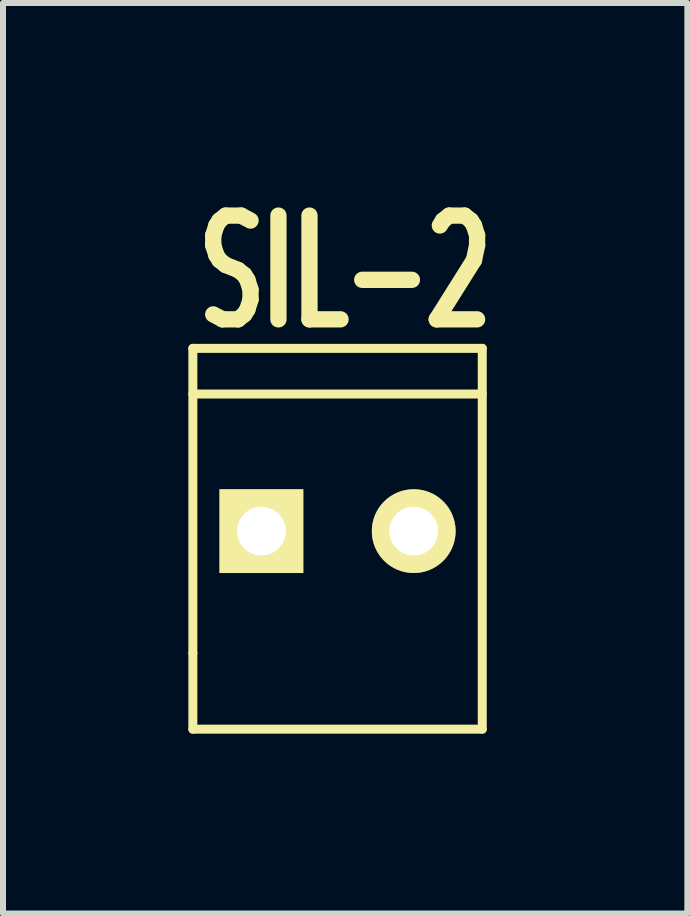
<source format=kicad_pcb>
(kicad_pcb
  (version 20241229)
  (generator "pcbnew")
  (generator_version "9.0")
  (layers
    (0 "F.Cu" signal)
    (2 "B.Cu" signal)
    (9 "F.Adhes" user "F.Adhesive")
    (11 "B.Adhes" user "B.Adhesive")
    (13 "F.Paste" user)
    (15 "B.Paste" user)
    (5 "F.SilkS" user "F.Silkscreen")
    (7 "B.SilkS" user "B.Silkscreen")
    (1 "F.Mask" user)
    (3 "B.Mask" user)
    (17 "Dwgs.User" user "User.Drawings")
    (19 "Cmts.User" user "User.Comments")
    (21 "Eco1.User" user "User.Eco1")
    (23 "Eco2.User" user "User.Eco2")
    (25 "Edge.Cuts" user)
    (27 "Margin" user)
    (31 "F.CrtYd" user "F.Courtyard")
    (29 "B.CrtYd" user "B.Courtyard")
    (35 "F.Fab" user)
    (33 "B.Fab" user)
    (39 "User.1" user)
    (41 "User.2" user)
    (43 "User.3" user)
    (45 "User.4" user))
  (footprint "SIL-2"
    (layer "F.Cu")
    (at 2.579 5.807)
    (property "Reference" "SIL-2" (at 0.127 -4.318 0) (layer "F.SilkS") (effects (font (size 1.73 1.087) (thickness 0.272))))
    (attr through_hole)
    (fp_line (start -2.413 -3.048) (end -2.413 2.032) (stroke (width 0.15) (type solid)) (layer "F.SilkS"))
    (fp_line (start -2.413 -2.286) (end 2.413 -2.286) (stroke (width 0.15) (type solid)) (layer "F.SilkS"))
    (fp_line (start -2.413 3.302) (end -2.413 2.032) (stroke (width 0.15) (type solid)) (layer "F.SilkS"))
    (fp_line (start -2.413 3.302) (end 2.413 3.302) (stroke (width 0.15) (type solid)) (layer "F.SilkS"))
    (fp_line (start 2.413 -3.048) (end -2.413 -3.048) (stroke (width 0.15) (type solid)) (layer "F.SilkS"))
    (fp_line (start 2.413 -3.048) (end 2.413 3.302) (stroke (width 0.15) (type solid)) (layer "F.SilkS"))
    (pad "1" thru_hole rect (at -1.27 0) (size 1.397 1.397) (drill 0.813) (layers "*.Cu" "*.Mask" "F.SilkS"))
    (pad "2" thru_hole circle (at 1.27 0) (size 1.397 1.397) (drill 0.813) (layers "*.Cu" "*.Mask" "F.SilkS")))
  (gr_rect
    (start -3 -3)
    (end 8.412 12.184)
    (stroke (width 0.1) (type default))
    (fill no)
    (layer "Edge.Cuts")))
</source>
